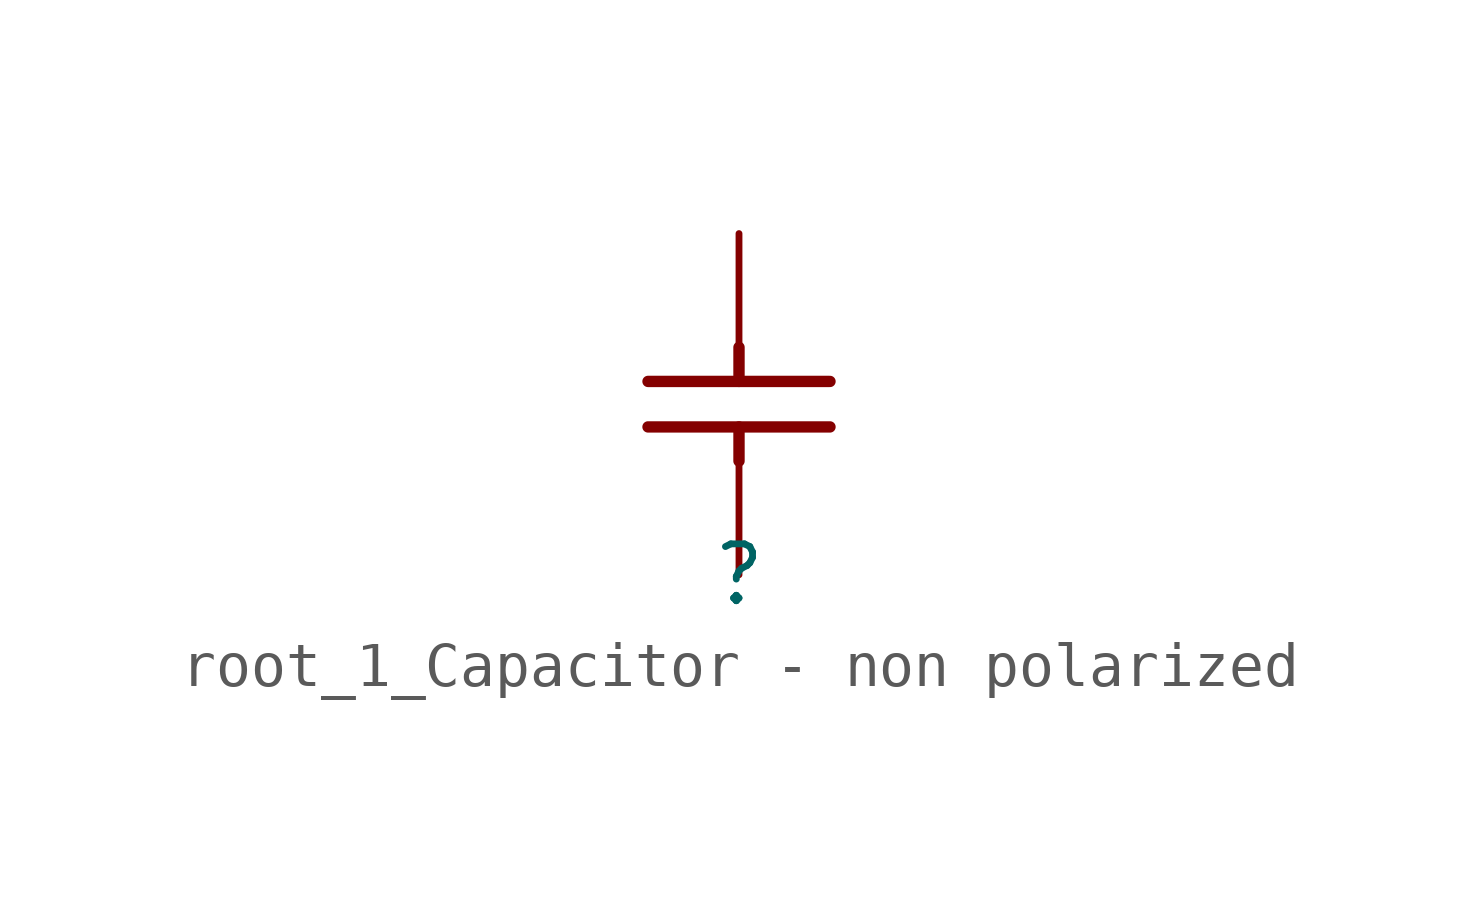
<source format=kicad_sym>
(kicad_symbol_lib
  (version 20231120)
  (generator "kicad_symbol_editor")
  (generator_version "8.0")
  (symbol "root_1_Capacitor - non polarized"
    (property "Reference" ""
      (at 0 0 0)
      (effects (font (size 1.27 1.27))))
    (property "Value" ""
      (at 0 0 0)
      (effects (font (size 1.27 1.27))))
    (symbol "root_1_Capacitor - non polarized_1_0"
      (polyline (pts (xy -2.032 4.318) (xy 2.032 4.318)) (stroke (width 0.254) (type solid)) (fill (type none)))
      (polyline (pts (xy 0 2.54) (xy 0 3.302)) (stroke (width 0.254) (type solid)) (fill (type none)))
      (polyline (pts (xy 0 5.08) (xy 0 4.318)) (stroke (width 0.254) (type solid)) (fill (type none)))
      (polyline (pts (xy 2.032 3.302) (xy -2.032 3.302)) (stroke (width 0.254) (type solid)) (fill (type none)))
      (pin passive line (at 0 0 90) (length 2.54) (name "1" (effects (font (size 0 0)))) (number "1" (effects (font (size 0 0)))))
      (pin passive line (at 0 7.62 270) (length 2.54) (name "2" (effects (font (size 0 0)))) (number "2" (effects (font (size 0 0))))))))
</source>
